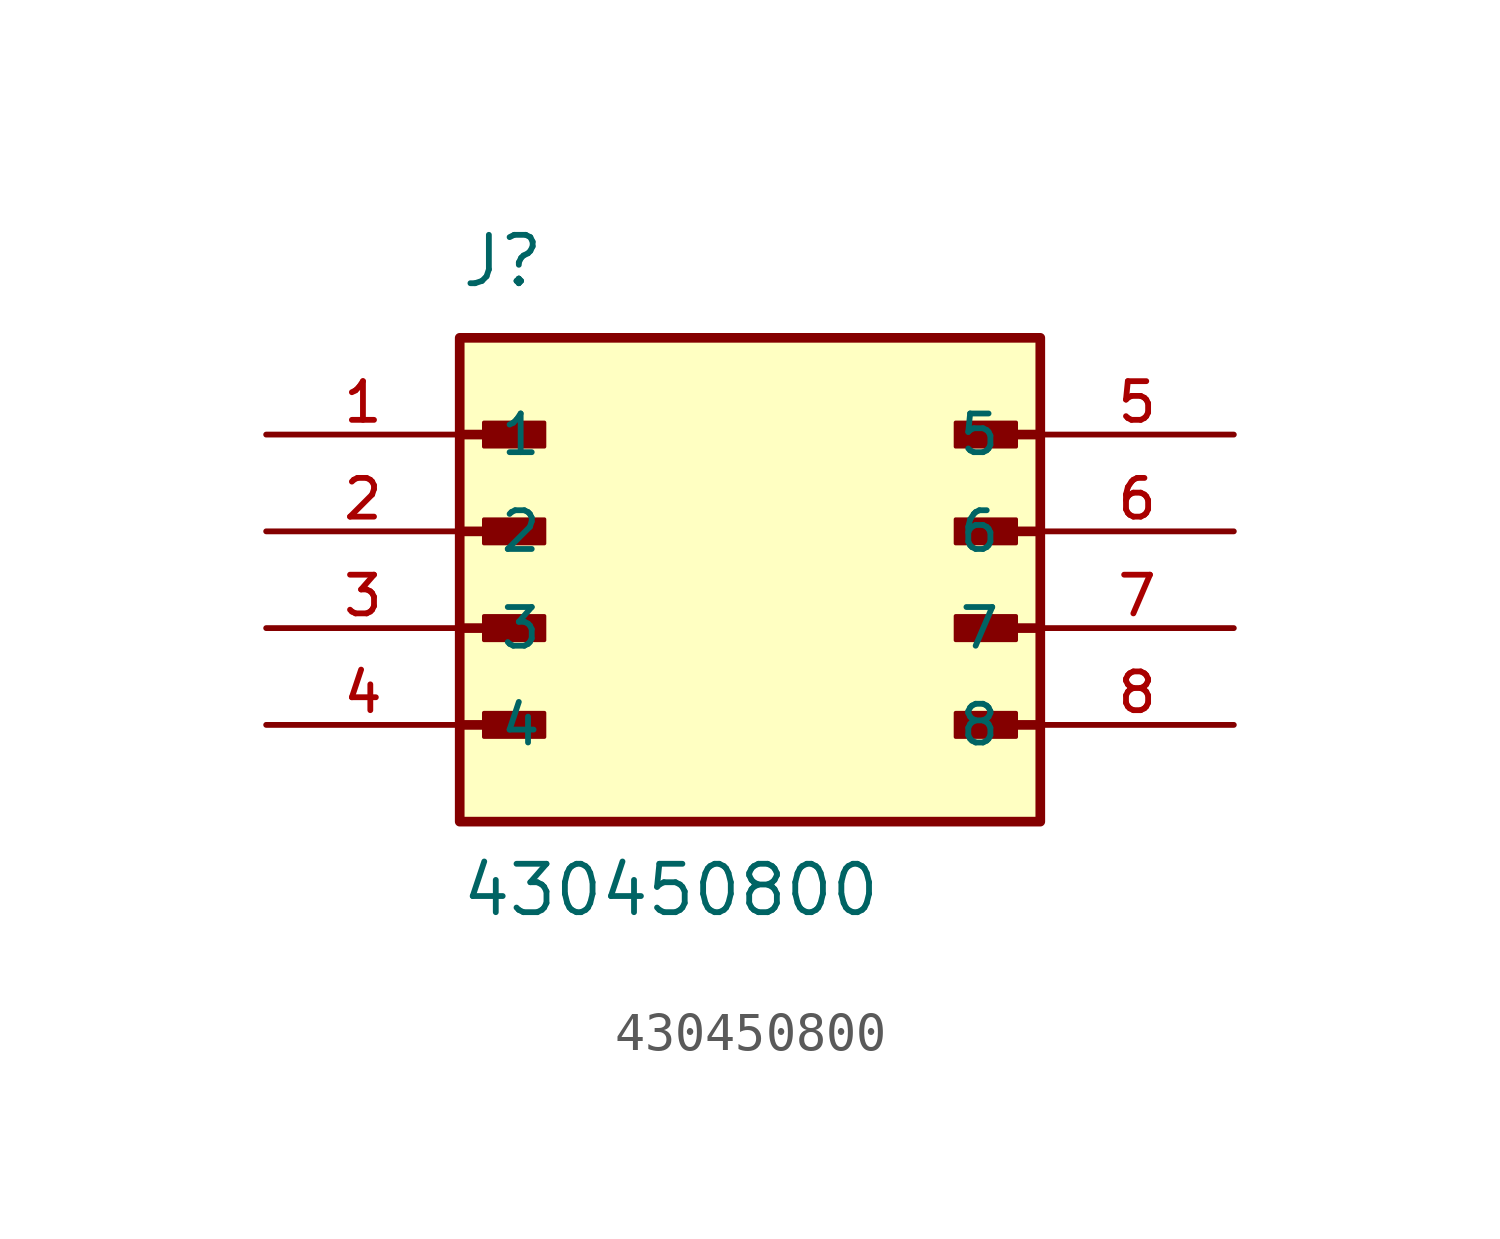
<source format=kicad_sym>
(kicad_symbol_lib
  (version 20211014)
  (generator kicad_symbol_editor)
  (symbol "430450800"
    (pin_names
      (offset 1.016))
    (property "Reference" "J"
      (at -7.62 8.89 0)
      (effects (font (size 1.27 1.27)) (justify bottom left)))
    (property "Value" "430450800"
      (at -7.62 -7.62 0)
      (effects (font (size 1.27 1.27)) (justify bottom left)))
    (symbol "430450800_0_0"
      (polyline (pts (xy -7.62 5.08) (xy -5.715 5.08)) (stroke (width 0.254)))
      (rectangle (start -6.985 4.763) (end -5.397 5.397) (stroke (width 0.1)) (fill (type outline)))
      (polyline (pts (xy -7.62 2.54) (xy -5.715 2.54)) (stroke (width 0.254)))
      (rectangle (start -6.985 2.223) (end -5.397 2.857) (stroke (width 0.1)) (fill (type outline)))
      (polyline (pts (xy -7.62 0.0) (xy -5.715 0.0)) (stroke (width 0.254)))
      (rectangle (start -6.985 -0.318) (end -5.397 0.318) (stroke (width 0.1)) (fill (type outline)))
      (polyline (pts (xy -7.62 -2.54) (xy -5.715 -2.54)) (stroke (width 0.254)))
      (rectangle (start -6.985 -2.857) (end -5.397 -2.223) (stroke (width 0.1)) (fill (type outline)))
      (polyline (pts (xy 7.62 5.08) (xy 5.715 5.08)) (stroke (width 0.254)))
      (rectangle (start 5.397 4.763) (end 6.985 5.397) (stroke (width 0.1)) (fill (type outline)))
      (polyline (pts (xy 7.62 2.54) (xy 5.715 2.54)) (stroke (width 0.254)))
      (rectangle (start 5.397 2.223) (end 6.985 2.857) (stroke (width 0.1)) (fill (type outline)))
      (polyline (pts (xy 7.62 0.0) (xy 5.715 0.0)) (stroke (width 0.254)))
      (rectangle (start 5.397 -0.318) (end 6.985 0.318) (stroke (width 0.1)) (fill (type outline)))
      (polyline (pts (xy 7.62 -2.54) (xy 5.715 -2.54)) (stroke (width 0.254)))
      (rectangle (start 5.397 -2.857) (end 6.985 -2.223) (stroke (width 0.1)) (fill (type outline)))
      (rectangle (start -7.62 -5.08) (end 7.62 7.62) (stroke (width 0.254)) (fill (type background)))
      (pin passive line (at -12.7 5.08 0) (length 5.08) (name "1" (effects (font (size 1.016 1.016)))) (number "1" (effects (font (size 1.016 1.016)))))
      (pin passive line (at -12.7 2.54 0) (length 5.08) (name "2" (effects (font (size 1.016 1.016)))) (number "2" (effects (font (size 1.016 1.016)))))
      (pin passive line (at -12.7 0.0 0) (length 5.08) (name "3" (effects (font (size 1.016 1.016)))) (number "3" (effects (font (size 1.016 1.016)))))
      (pin passive line (at -12.7 -2.54 0) (length 5.08) (name "4" (effects (font (size 1.016 1.016)))) (number "4" (effects (font (size 1.016 1.016)))))
      (pin passive line (at 12.7 5.08 180.0) (length 5.08) (name "5" (effects (font (size 1.016 1.016)))) (number "5" (effects (font (size 1.016 1.016)))))
      (pin passive line (at 12.7 2.54 180.0) (length 5.08) (name "6" (effects (font (size 1.016 1.016)))) (number "6" (effects (font (size 1.016 1.016)))))
      (pin passive line (at 12.7 0.0 180.0) (length 5.08) (name "7" (effects (font (size 1.016 1.016)))) (number "7" (effects (font (size 1.016 1.016)))))
      (pin passive line (at 12.7 -2.54 180.0) (length 5.08) (name "8" (effects (font (size 1.016 1.016)))) (number "8" (effects (font (size 1.016 1.016))))))))
</source>
